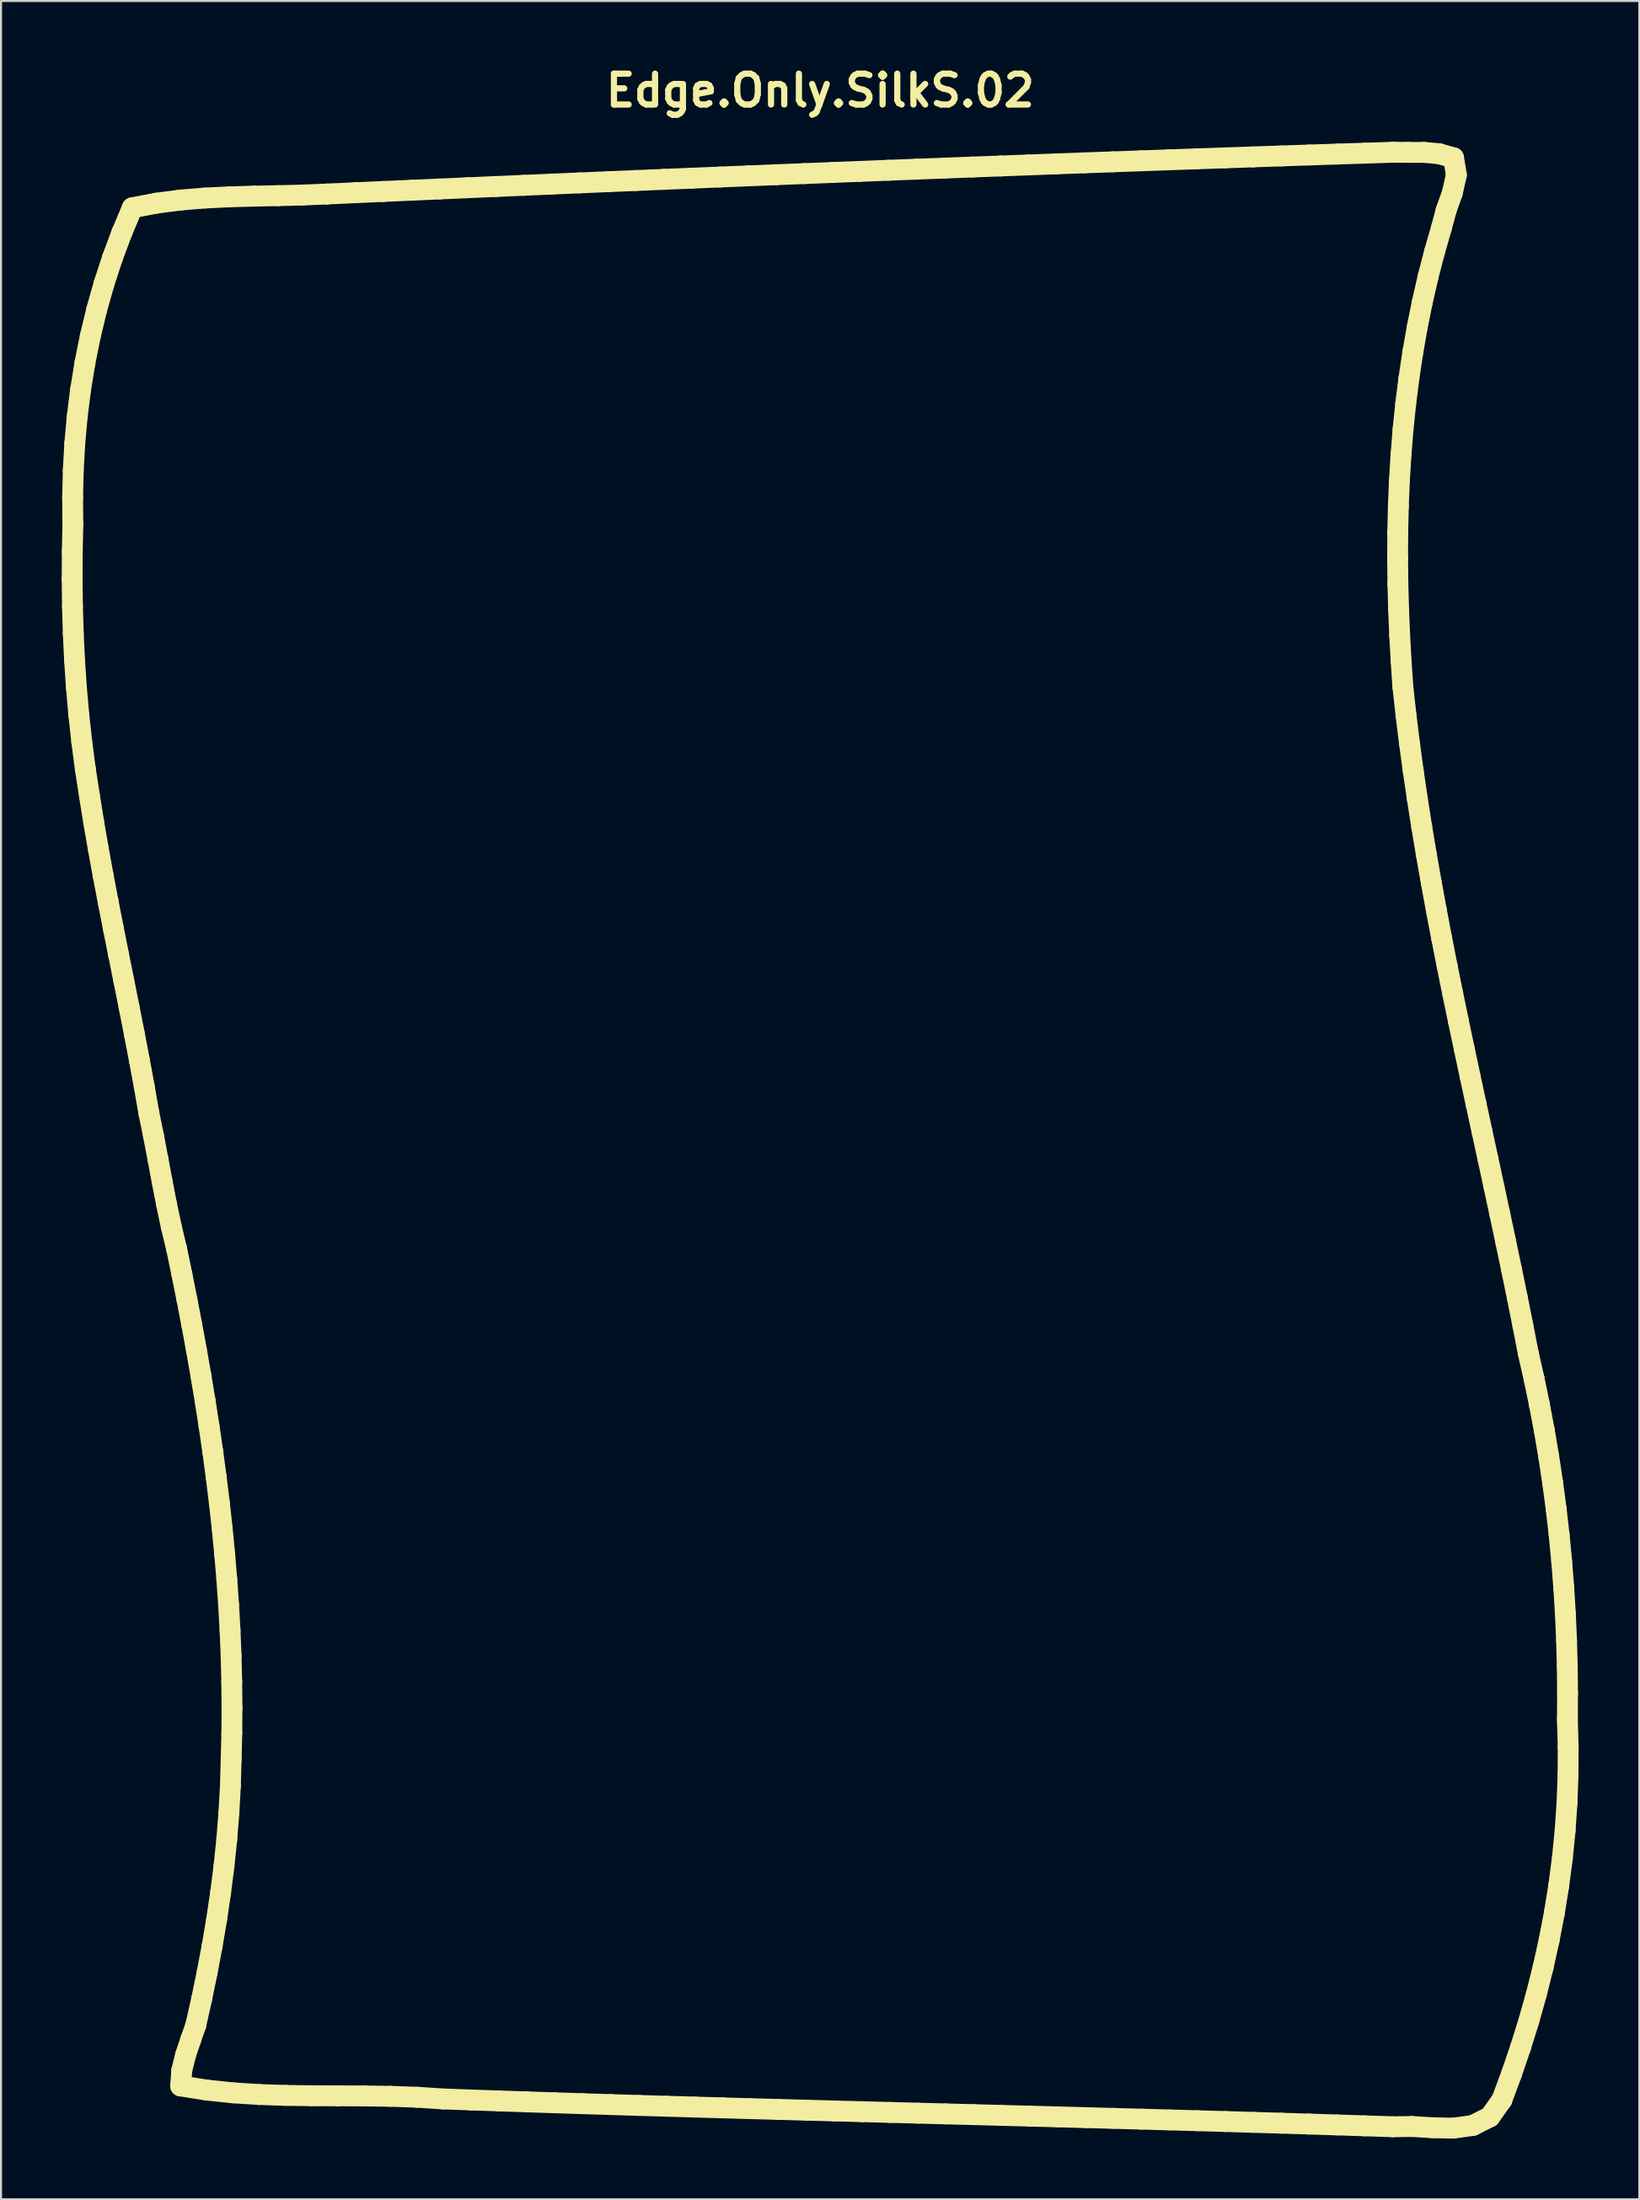
<source format=kicad_pcb>
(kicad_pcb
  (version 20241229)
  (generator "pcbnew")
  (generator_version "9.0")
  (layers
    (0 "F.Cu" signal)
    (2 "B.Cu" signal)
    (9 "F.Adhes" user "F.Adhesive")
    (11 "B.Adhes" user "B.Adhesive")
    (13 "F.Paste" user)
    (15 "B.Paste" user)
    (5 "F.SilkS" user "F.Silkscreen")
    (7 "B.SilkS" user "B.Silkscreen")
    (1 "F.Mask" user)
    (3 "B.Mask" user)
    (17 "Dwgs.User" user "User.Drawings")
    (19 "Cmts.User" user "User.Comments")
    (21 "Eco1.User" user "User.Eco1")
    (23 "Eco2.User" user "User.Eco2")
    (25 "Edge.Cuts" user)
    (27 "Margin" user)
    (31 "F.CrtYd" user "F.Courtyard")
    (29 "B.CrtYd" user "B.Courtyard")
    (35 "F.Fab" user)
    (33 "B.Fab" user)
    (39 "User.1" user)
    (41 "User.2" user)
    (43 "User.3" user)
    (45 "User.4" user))
  (footprint "Edge.Only.SilkS.02"
    (layer "F.Cu")
    (at 37.498 53.313)
    (property "Reference" "Edge.Only.SilkS.02" (at 0 -51.887 0) (layer "F.SilkS") (effects (font (size 1.524 1.524) (thickness 0.305))))
    (attr smd)
    (fp_line (start -36.982 -27.745) (end -36.966 -26.4) (stroke (width 1.031) (type solid)) (layer "F.SilkS"))
    (fp_line (start -36.975 -29.088) (end -36.982 -27.745) (stroke (width 1.031) (type solid)) (layer "F.SilkS"))
    (fp_line (start -36.966 -26.4) (end -36.926 -25.057) (stroke (width 1.031) (type solid)) (layer "F.SilkS"))
    (fp_line (start -36.958 -31.772) (end -36.947 -30.433) (stroke (width 1.031) (type solid)) (layer "F.SilkS"))
    (fp_line (start -36.947 -30.433) (end -36.975 -29.088) (stroke (width 1.031) (type solid)) (layer "F.SilkS"))
    (fp_line (start -36.926 -33.11) (end -36.958 -31.772) (stroke (width 1.031) (type solid)) (layer "F.SilkS"))
    (fp_line (start -36.926 -25.057) (end -36.861 -23.714) (stroke (width 1.031) (type solid)) (layer "F.SilkS"))
    (fp_line (start -36.861 -23.714) (end -36.77 -22.373) (stroke (width 1.031) (type solid)) (layer "F.SilkS"))
    (fp_line (start -36.851 -34.447) (end -36.926 -33.11) (stroke (width 1.031) (type solid)) (layer "F.SilkS"))
    (fp_line (start -36.77 -22.373) (end -36.652 -21.034) (stroke (width 1.031) (type solid)) (layer "F.SilkS"))
    (fp_line (start -36.73 -35.78) (end -36.851 -34.447) (stroke (width 1.031) (type solid)) (layer "F.SilkS"))
    (fp_line (start -36.652 -21.034) (end -36.506 -19.697) (stroke (width 1.031) (type solid)) (layer "F.SilkS"))
    (fp_line (start -36.563 -37.108) (end -36.73 -35.78) (stroke (width 1.031) (type solid)) (layer "F.SilkS"))
    (fp_line (start -36.506 -19.697) (end -36.331 -18.366) (stroke (width 1.031) (type solid)) (layer "F.SilkS"))
    (fp_line (start -36.348 -38.429) (end -36.563 -37.108) (stroke (width 1.031) (type solid)) (layer "F.SilkS"))
    (fp_line (start -36.331 -18.366) (end -36.126 -17.036) (stroke (width 1.031) (type solid)) (layer "F.SilkS"))
    (fp_line (start -36.126 -17.036) (end -35.915 -15.72) (stroke (width 1.031) (type solid)) (layer "F.SilkS"))
    (fp_line (start -36.085 -39.742) (end -36.348 -38.429) (stroke (width 1.031) (type solid)) (layer "F.SilkS"))
    (fp_line (start -35.915 -15.72) (end -35.689 -14.41) (stroke (width 1.031) (type solid)) (layer "F.SilkS"))
    (fp_line (start -35.772 -41.043) (end -36.085 -39.742) (stroke (width 1.031) (type solid)) (layer "F.SilkS"))
    (fp_line (start -35.689 -14.41) (end -35.451 -13.1) (stroke (width 1.031) (type solid)) (layer "F.SilkS"))
    (fp_line (start -35.451 -13.1) (end -35.202 -11.794) (stroke (width 1.031) (type solid)) (layer "F.SilkS"))
    (fp_line (start -35.409 -42.331) (end -35.772 -41.043) (stroke (width 1.031) (type solid)) (layer "F.SilkS"))
    (fp_line (start -35.202 -11.794) (end -34.947 -10.487) (stroke (width 1.031) (type solid)) (layer "F.SilkS"))
    (fp_line (start -34.994 -43.604) (end -35.409 -42.331) (stroke (width 1.031) (type solid)) (layer "F.SilkS"))
    (fp_line (start -34.947 -10.487) (end -34.687 -9.182) (stroke (width 1.031) (type solid)) (layer "F.SilkS"))
    (fp_line (start -34.687 -9.182) (end -34.425 -7.878) (stroke (width 1.031) (type solid)) (layer "F.SilkS"))
    (fp_line (start -34.527 -44.857) (end -34.994 -43.604) (stroke (width 1.031) (type solid)) (layer "F.SilkS"))
    (fp_line (start -34.425 -7.878) (end -34.164 -6.572) (stroke (width 1.031) (type solid)) (layer "F.SilkS"))
    (fp_line (start -34.164 -6.572) (end -33.908 -5.267) (stroke (width 1.031) (type solid)) (layer "F.SilkS"))
    (fp_line (start -34.007 -46.093) (end -34.527 -44.857) (stroke (width 1.031) (type solid)) (layer "F.SilkS"))
    (fp_line (start -33.908 -5.267) (end -33.657 -3.96) (stroke (width 1.031) (type solid)) (layer "F.SilkS"))
    (fp_line (start -33.657 -3.96) (end -33.416 -2.652) (stroke (width 1.031) (type solid)) (layer "F.SilkS"))
    (fp_line (start -33.416 -2.652) (end -33.187 -1.34) (stroke (width 1.031) (type solid)) (layer "F.SilkS"))
    (fp_line (start -33.187 -1.34) (end -32.958 -0.219) (stroke (width 1.031) (type solid)) (layer "F.SilkS"))
    (fp_line (start -32.958 -0.219) (end -32.745 0.903) (stroke (width 1.031) (type solid)) (layer "F.SilkS"))
    (fp_line (start -32.819 -46.32) (end -34.007 -46.093) (stroke (width 1.031) (type solid)) (layer "F.SilkS"))
    (fp_line (start -32.745 0.903) (end -32.535 2.026) (stroke (width 1.031) (type solid)) (layer "F.SilkS"))
    (fp_line (start -32.535 2.026) (end -32.317 3.148) (stroke (width 1.031) (type solid)) (layer "F.SilkS"))
    (fp_line (start -32.317 3.148) (end -32.081 4.264) (stroke (width 1.031) (type solid)) (layer "F.SilkS"))
    (fp_line (start -32.081 4.264) (end -31.814 5.377) (stroke (width 1.031) (type solid)) (layer "F.SilkS"))
    (fp_line (start -31.814 5.377) (end -31.556 6.621) (stroke (width 1.031) (type solid)) (layer "F.SilkS"))
    (fp_line (start -31.62 -46.476) (end -32.819 -46.32) (stroke (width 1.031) (type solid)) (layer "F.SilkS"))
    (fp_line (start -31.617 46.741) (end -30.331 46.944) (stroke (width 1.031) (type solid)) (layer "F.SilkS"))
    (fp_line (start -31.563 45.979) (end -31.617 46.741) (stroke (width 1.031) (type solid)) (layer "F.SilkS"))
    (fp_line (start -31.556 6.621) (end -31.307 7.867) (stroke (width 1.031) (type solid)) (layer "F.SilkS"))
    (fp_line (start -31.371 45.202) (end -31.563 45.979) (stroke (width 1.031) (type solid)) (layer "F.SilkS"))
    (fp_line (start -31.307 7.867) (end -31.067 9.114) (stroke (width 1.031) (type solid)) (layer "F.SilkS"))
    (fp_line (start -31.119 44.452) (end -31.371 45.202) (stroke (width 1.031) (type solid)) (layer "F.SilkS"))
    (fp_line (start -31.067 9.114) (end -30.837 10.364) (stroke (width 1.031) (type solid)) (layer "F.SilkS"))
    (fp_line (start -30.864 43.721) (end -31.119 44.452) (stroke (width 1.031) (type solid)) (layer "F.SilkS"))
    (fp_line (start -30.837 10.364) (end -30.618 11.615) (stroke (width 1.031) (type solid)) (layer "F.SilkS"))
    (fp_line (start -30.618 11.615) (end -30.409 12.868) (stroke (width 1.031) (type solid)) (layer "F.SilkS"))
    (fp_line (start -30.575 42.426) (end -30.864 43.721) (stroke (width 1.031) (type solid)) (layer "F.SilkS"))
    (fp_line (start -30.416 -46.575) (end -31.62 -46.476) (stroke (width 1.031) (type solid)) (layer "F.SilkS"))
    (fp_line (start -30.409 12.868) (end -30.214 14.124) (stroke (width 1.031) (type solid)) (layer "F.SilkS"))
    (fp_line (start -30.331 46.944) (end -29.038 47.081) (stroke (width 1.031) (type solid)) (layer "F.SilkS"))
    (fp_line (start -30.306 41.124) (end -30.575 42.426) (stroke (width 1.031) (type solid)) (layer "F.SilkS"))
    (fp_line (start -30.214 14.124) (end -30.03 15.381) (stroke (width 1.031) (type solid)) (layer "F.SilkS"))
    (fp_line (start -30.06 39.819) (end -30.306 41.124) (stroke (width 1.031) (type solid)) (layer "F.SilkS"))
    (fp_line (start -30.03 15.381) (end -29.861 16.64) (stroke (width 1.031) (type solid)) (layer "F.SilkS"))
    (fp_line (start -29.861 16.64) (end -29.706 17.901) (stroke (width 1.031) (type solid)) (layer "F.SilkS"))
    (fp_line (start -29.838 38.509) (end -30.06 39.819) (stroke (width 1.031) (type solid)) (layer "F.SilkS"))
    (fp_line (start -29.706 17.901) (end -29.566 19.164) (stroke (width 1.031) (type solid)) (layer "F.SilkS"))
    (fp_line (start -29.643 37.196) (end -29.838 38.509) (stroke (width 1.031) (type solid)) (layer "F.SilkS"))
    (fp_line (start -29.566 19.164) (end -29.443 20.428) (stroke (width 1.031) (type solid)) (layer "F.SilkS"))
    (fp_line (start -29.475 35.878) (end -29.643 37.196) (stroke (width 1.031) (type solid)) (layer "F.SilkS"))
    (fp_line (start -29.443 20.428) (end -29.336 21.694) (stroke (width 1.031) (type solid)) (layer "F.SilkS"))
    (fp_line (start -29.337 34.557) (end -29.475 35.878) (stroke (width 1.031) (type solid)) (layer "F.SilkS"))
    (fp_line (start -29.336 21.694) (end -29.246 22.961) (stroke (width 1.031) (type solid)) (layer "F.SilkS"))
    (fp_line (start -29.246 22.961) (end -29.175 24.229) (stroke (width 1.031) (type solid)) (layer "F.SilkS"))
    (fp_line (start -29.231 33.233) (end -29.337 34.557) (stroke (width 1.031) (type solid)) (layer "F.SilkS"))
    (fp_line (start -29.205 -46.634) (end -30.416 -46.575) (stroke (width 1.031) (type solid)) (layer "F.SilkS"))
    (fp_line (start -29.175 24.229) (end -29.123 25.499) (stroke (width 1.031) (type solid)) (layer "F.SilkS"))
    (fp_line (start -29.158 31.907) (end -29.231 33.233) (stroke (width 1.031) (type solid)) (layer "F.SilkS"))
    (fp_line (start -29.123 25.499) (end -29.091 26.768) (stroke (width 1.031) (type solid)) (layer "F.SilkS"))
    (fp_line (start -29.12 30.579) (end -29.158 31.907) (stroke (width 1.031) (type solid)) (layer "F.SilkS"))
    (fp_line (start -29.091 26.768) (end -29.079 28.039) (stroke (width 1.031) (type solid)) (layer "F.SilkS"))
    (fp_line (start -29.088 29.308) (end -29.12 30.579) (stroke (width 1.031) (type solid)) (layer "F.SilkS"))
    (fp_line (start -29.079 28.039) (end -29.088 29.308) (stroke (width 1.031) (type solid)) (layer "F.SilkS"))
    (fp_line (start -29.038 47.081) (end -27.741 47.164) (stroke (width 1.031) (type solid)) (layer "F.SilkS"))
    (fp_line (start -27.996 -46.668) (end -29.205 -46.634) (stroke (width 1.031) (type solid)) (layer "F.SilkS"))
    (fp_line (start -27.741 47.164) (end -26.439 47.208) (stroke (width 1.031) (type solid)) (layer "F.SilkS"))
    (fp_line (start -26.786 -46.692) (end -27.996 -46.668) (stroke (width 1.031) (type solid)) (layer "F.SilkS"))
    (fp_line (start -26.439 47.208) (end -25.139 47.225) (stroke (width 1.031) (type solid)) (layer "F.SilkS"))
    (fp_line (start -25.575 -46.723) (end -26.786 -46.692) (stroke (width 1.031) (type solid)) (layer "F.SilkS"))
    (fp_line (start -25.139 47.225) (end -23.836 47.23) (stroke (width 1.031) (type solid)) (layer "F.SilkS"))
    (fp_line (start -24.367 -46.774) (end -25.575 -46.723) (stroke (width 1.031) (type solid)) (layer "F.SilkS"))
    (fp_line (start -23.836 47.23) (end -22.535 47.235) (stroke (width 1.031) (type solid)) (layer "F.SilkS"))
    (fp_line (start -22.981 -46.837) (end -24.367 -46.774) (stroke (width 1.031) (type solid)) (layer "F.SilkS"))
    (fp_line (start -22.535 47.235) (end -21.234 47.253) (stroke (width 1.031) (type solid)) (layer "F.SilkS"))
    (fp_line (start -21.594 -46.899) (end -22.981 -46.837) (stroke (width 1.031) (type solid)) (layer "F.SilkS"))
    (fp_line (start -21.234 47.253) (end -19.933 47.299) (stroke (width 1.031) (type solid)) (layer "F.SilkS"))
    (fp_line (start -20.207 -46.96) (end -21.594 -46.899) (stroke (width 1.031) (type solid)) (layer "F.SilkS"))
    (fp_line (start -19.933 47.299) (end -18.635 47.384) (stroke (width 1.031) (type solid)) (layer "F.SilkS"))
    (fp_line (start -18.821 -47.022) (end -20.207 -46.96) (stroke (width 1.031) (type solid)) (layer "F.SilkS"))
    (fp_line (start -18.635 47.384) (end -17.255 47.434) (stroke (width 1.031) (type solid)) (layer "F.SilkS"))
    (fp_line (start -17.434 -47.083) (end -18.821 -47.022) (stroke (width 1.031) (type solid)) (layer "F.SilkS"))
    (fp_line (start -17.255 47.434) (end -15.874 47.482) (stroke (width 1.031) (type solid)) (layer "F.SilkS"))
    (fp_line (start -16.047 -47.143) (end -17.434 -47.083) (stroke (width 1.031) (type solid)) (layer "F.SilkS"))
    (fp_line (start -15.874 47.482) (end -14.494 47.528) (stroke (width 1.031) (type solid)) (layer "F.SilkS"))
    (fp_line (start -14.661 -47.203) (end -16.047 -47.143) (stroke (width 1.031) (type solid)) (layer "F.SilkS"))
    (fp_line (start -14.494 47.528) (end -13.113 47.574) (stroke (width 1.031) (type solid)) (layer "F.SilkS"))
    (fp_line (start -13.274 -47.263) (end -14.661 -47.203) (stroke (width 1.031) (type solid)) (layer "F.SilkS"))
    (fp_line (start -13.113 47.574) (end -11.733 47.618) (stroke (width 1.031) (type solid)) (layer "F.SilkS"))
    (fp_line (start -11.887 -47.323) (end -13.274 -47.263) (stroke (width 1.031) (type solid)) (layer "F.SilkS"))
    (fp_line (start -11.733 47.618) (end -10.352 47.661) (stroke (width 1.031) (type solid)) (layer "F.SilkS"))
    (fp_line (start -10.501 -47.382) (end -11.887 -47.323) (stroke (width 1.031) (type solid)) (layer "F.SilkS"))
    (fp_line (start -10.352 47.661) (end -8.972 47.703) (stroke (width 1.031) (type solid)) (layer "F.SilkS"))
    (fp_line (start -9.114 -47.44) (end -10.501 -47.382) (stroke (width 1.031) (type solid)) (layer "F.SilkS"))
    (fp_line (start -8.972 47.703) (end -7.591 47.744) (stroke (width 1.031) (type solid)) (layer "F.SilkS"))
    (fp_line (start -7.727 -47.498) (end -9.114 -47.44) (stroke (width 1.031) (type solid)) (layer "F.SilkS"))
    (fp_line (start -7.591 47.744) (end -6.21 47.784) (stroke (width 1.031) (type solid)) (layer "F.SilkS"))
    (fp_line (start -6.34 -47.556) (end -7.727 -47.498) (stroke (width 1.031) (type solid)) (layer "F.SilkS"))
    (fp_line (start -6.21 47.784) (end -4.83 47.824) (stroke (width 1.031) (type solid)) (layer "F.SilkS"))
    (fp_line (start -4.953 -47.613) (end -6.34 -47.556) (stroke (width 1.031) (type solid)) (layer "F.SilkS"))
    (fp_line (start -4.83 47.824) (end -3.449 47.863) (stroke (width 1.031) (type solid)) (layer "F.SilkS"))
    (fp_line (start -3.566 -47.67) (end -4.953 -47.613) (stroke (width 1.031) (type solid)) (layer "F.SilkS"))
    (fp_line (start -3.449 47.863) (end -2.068 47.901) (stroke (width 1.031) (type solid)) (layer "F.SilkS"))
    (fp_line (start -2.179 -47.726) (end -3.566 -47.67) (stroke (width 1.031) (type solid)) (layer "F.SilkS"))
    (fp_line (start -2.068 47.901) (end -0.688 47.939) (stroke (width 1.031) (type solid)) (layer "F.SilkS"))
    (fp_line (start -0.792 -47.782) (end -2.179 -47.726) (stroke (width 1.031) (type solid)) (layer "F.SilkS"))
    (fp_line (start -0.688 47.939) (end 0.693 47.976) (stroke (width 1.031) (type solid)) (layer "F.SilkS"))
    (fp_line (start 0.594 -47.837) (end -0.792 -47.782) (stroke (width 1.031) (type solid)) (layer "F.SilkS"))
    (fp_line (start 0.693 47.976) (end 2.074 48.013) (stroke (width 1.031) (type solid)) (layer "F.SilkS"))
    (fp_line (start 1.981 -47.892) (end 0.594 -47.837) (stroke (width 1.031) (type solid)) (layer "F.SilkS"))
    (fp_line (start 2.074 48.013) (end 3.454 48.05) (stroke (width 1.031) (type solid)) (layer "F.SilkS"))
    (fp_line (start 3.368 -47.947) (end 1.981 -47.892) (stroke (width 1.031) (type solid)) (layer "F.SilkS"))
    (fp_line (start 3.454 48.05) (end 4.835 48.086) (stroke (width 1.031) (type solid)) (layer "F.SilkS"))
    (fp_line (start 4.755 -48.001) (end 3.368 -47.947) (stroke (width 1.031) (type solid)) (layer "F.SilkS"))
    (fp_line (start 4.835 48.086) (end 6.216 48.123) (stroke (width 1.031) (type solid)) (layer "F.SilkS"))
    (fp_line (start 6.142 -48.054) (end 4.755 -48.001) (stroke (width 1.031) (type solid)) (layer "F.SilkS"))
    (fp_line (start 6.216 48.123) (end 7.596 48.159) (stroke (width 1.031) (type solid)) (layer "F.SilkS"))
    (fp_line (start 7.529 -48.107) (end 6.142 -48.054) (stroke (width 1.031) (type solid)) (layer "F.SilkS"))
    (fp_line (start 7.596 48.159) (end 8.977 48.196) (stroke (width 1.031) (type solid)) (layer "F.SilkS"))
    (fp_line (start 8.916 -48.159) (end 7.529 -48.107) (stroke (width 1.031) (type solid)) (layer "F.SilkS"))
    (fp_line (start 8.977 48.196) (end 10.358 48.232) (stroke (width 1.031) (type solid)) (layer "F.SilkS"))
    (fp_line (start 10.303 -48.211) (end 8.916 -48.159) (stroke (width 1.031) (type solid)) (layer "F.SilkS"))
    (fp_line (start 10.358 48.232) (end 11.738 48.269) (stroke (width 1.031) (type solid)) (layer "F.SilkS"))
    (fp_line (start 11.69 -48.263) (end 10.303 -48.211) (stroke (width 1.031) (type solid)) (layer "F.SilkS"))
    (fp_line (start 11.738 48.269) (end 13.119 48.306) (stroke (width 1.031) (type solid)) (layer "F.SilkS"))
    (fp_line (start 13.078 -48.314) (end 11.69 -48.263) (stroke (width 1.031) (type solid)) (layer "F.SilkS"))
    (fp_line (start 13.119 48.306) (end 14.499 48.344) (stroke (width 1.031) (type solid)) (layer "F.SilkS"))
    (fp_line (start 14.465 -48.364) (end 13.078 -48.314) (stroke (width 1.031) (type solid)) (layer "F.SilkS"))
    (fp_line (start 14.499 48.344) (end 15.88 48.382) (stroke (width 1.031) (type solid)) (layer "F.SilkS"))
    (fp_line (start 15.852 -48.414) (end 14.465 -48.364) (stroke (width 1.031) (type solid)) (layer "F.SilkS"))
    (fp_line (start 15.88 48.382) (end 17.261 48.42) (stroke (width 1.031) (type solid)) (layer "F.SilkS"))
    (fp_line (start 17.239 -48.463) (end 15.852 -48.414) (stroke (width 1.031) (type solid)) (layer "F.SilkS"))
    (fp_line (start 17.261 48.42) (end 18.642 48.459) (stroke (width 1.031) (type solid)) (layer "F.SilkS"))
    (fp_line (start 18.626 -48.512) (end 17.239 -48.463) (stroke (width 1.031) (type solid)) (layer "F.SilkS"))
    (fp_line (start 18.642 48.459) (end 20.022 48.499) (stroke (width 1.031) (type solid)) (layer "F.SilkS"))
    (fp_line (start 20.014 -48.56) (end 18.626 -48.512) (stroke (width 1.031) (type solid)) (layer "F.SilkS"))
    (fp_line (start 20.022 48.499) (end 21.403 48.54) (stroke (width 1.031) (type solid)) (layer "F.SilkS"))
    (fp_line (start 21.401 -48.608) (end 20.014 -48.56) (stroke (width 1.031) (type solid)) (layer "F.SilkS"))
    (fp_line (start 21.403 48.54) (end 22.783 48.581) (stroke (width 1.031) (type solid)) (layer "F.SilkS"))
    (fp_line (start 22.783 48.581) (end 24.163 48.624) (stroke (width 1.031) (type solid)) (layer "F.SilkS"))
    (fp_line (start 22.788 -48.655) (end 21.401 -48.608) (stroke (width 1.031) (type solid)) (layer "F.SilkS"))
    (fp_line (start 24.163 48.624) (end 25.544 48.668) (stroke (width 1.031) (type solid)) (layer "F.SilkS"))
    (fp_line (start 24.176 -48.702) (end 22.788 -48.655) (stroke (width 1.031) (type solid)) (layer "F.SilkS"))
    (fp_line (start 25.544 48.668) (end 26.924 48.712) (stroke (width 1.031) (type solid)) (layer "F.SilkS"))
    (fp_line (start 25.563 -48.748) (end 24.176 -48.702) (stroke (width 1.031) (type solid)) (layer "F.SilkS"))
    (fp_line (start 26.924 48.712) (end 28.305 48.758) (stroke (width 1.031) (type solid)) (layer "F.SilkS"))
    (fp_line (start 26.95 -48.793) (end 25.563 -48.748) (stroke (width 1.031) (type solid)) (layer "F.SilkS"))
    (fp_line (start 28.305 48.758) (end 29.253 48.745) (stroke (width 1.031) (type solid)) (layer "F.SilkS"))
    (fp_line (start 28.337 -48.838) (end 28.337 -48.838) (stroke (width 1.031) (type solid)) (layer "F.SilkS"))
    (fp_line (start 28.337 -48.838) (end 26.95 -48.793) (stroke (width 1.031) (type solid)) (layer "F.SilkS"))
    (fp_line (start 28.546 -28.779) (end 28.553 -30.052) (stroke (width 1.031) (type solid)) (layer "F.SilkS"))
    (fp_line (start 28.553 -30.052) (end 28.582 -31.326) (stroke (width 1.031) (type solid)) (layer "F.SilkS"))
    (fp_line (start 28.56 -27.505) (end 28.546 -28.779) (stroke (width 1.031) (type solid)) (layer "F.SilkS"))
    (fp_line (start 28.582 -31.326) (end 28.634 -32.598) (stroke (width 1.031) (type solid)) (layer "F.SilkS"))
    (fp_line (start 28.595 -26.232) (end 28.56 -27.505) (stroke (width 1.031) (type solid)) (layer "F.SilkS"))
    (fp_line (start 28.634 -32.598) (end 28.712 -33.869) (stroke (width 1.031) (type solid)) (layer "F.SilkS"))
    (fp_line (start 28.648 -24.96) (end 28.595 -26.232) (stroke (width 1.031) (type solid)) (layer "F.SilkS"))
    (fp_line (start 28.712 -33.869) (end 28.815 -35.138) (stroke (width 1.031) (type solid)) (layer "F.SilkS"))
    (fp_line (start 28.719 -23.688) (end 28.648 -24.96) (stroke (width 1.031) (type solid)) (layer "F.SilkS"))
    (fp_line (start 28.806 -22.418) (end 28.719 -23.688) (stroke (width 1.031) (type solid)) (layer "F.SilkS"))
    (fp_line (start 28.815 -35.138) (end 28.946 -36.405) (stroke (width 1.031) (type solid)) (layer "F.SilkS"))
    (fp_line (start 28.946 -36.405) (end 29.105 -37.669) (stroke (width 1.031) (type solid)) (layer "F.SilkS"))
    (fp_line (start 28.959 -21.029) (end 28.806 -22.418) (stroke (width 1.031) (type solid)) (layer "F.SilkS"))
    (fp_line (start 29.084 -48.832) (end 28.337 -48.838) (stroke (width 1.031) (type solid)) (layer "F.SilkS"))
    (fp_line (start 29.105 -37.669) (end 29.294 -38.928) (stroke (width 1.031) (type solid)) (layer "F.SilkS"))
    (fp_line (start 29.13 -19.643) (end 28.959 -21.029) (stroke (width 1.031) (type solid)) (layer "F.SilkS"))
    (fp_line (start 29.253 48.745) (end 30.291 48.807) (stroke (width 1.031) (type solid)) (layer "F.SilkS"))
    (fp_line (start 29.294 -38.928) (end 29.514 -40.183) (stroke (width 1.031) (type solid)) (layer "F.SilkS"))
    (fp_line (start 29.318 -18.259) (end 29.13 -19.643) (stroke (width 1.031) (type solid)) (layer "F.SilkS"))
    (fp_line (start 29.514 -40.183) (end 29.765 -41.43) (stroke (width 1.031) (type solid)) (layer "F.SilkS"))
    (fp_line (start 29.521 -16.877) (end 29.318 -18.259) (stroke (width 1.031) (type solid)) (layer "F.SilkS"))
    (fp_line (start 29.737 -15.497) (end 29.521 -16.877) (stroke (width 1.031) (type solid)) (layer "F.SilkS"))
    (fp_line (start 29.765 -41.43) (end 30.05 -42.672) (stroke (width 1.031) (type solid)) (layer "F.SilkS"))
    (fp_line (start 29.841 -48.832) (end 29.084 -48.832) (stroke (width 1.031) (type solid)) (layer "F.SilkS"))
    (fp_line (start 29.967 -14.12) (end 29.737 -15.497) (stroke (width 1.031) (type solid)) (layer "F.SilkS"))
    (fp_line (start 30.05 -42.672) (end 30.368 -43.904) (stroke (width 1.031) (type solid)) (layer "F.SilkS"))
    (fp_line (start 30.209 -12.744) (end 29.967 -14.12) (stroke (width 1.031) (type solid)) (layer "F.SilkS"))
    (fp_line (start 30.291 48.807) (end 31.314 48.826) (stroke (width 1.031) (type solid)) (layer "F.SilkS"))
    (fp_line (start 30.368 -43.904) (end 30.721 -45.129) (stroke (width 1.031) (type solid)) (layer "F.SilkS"))
    (fp_line (start 30.461 -11.37) (end 30.209 -12.744) (stroke (width 1.031) (type solid)) (layer "F.SilkS"))
    (fp_line (start 30.592 -48.765) (end 29.841 -48.832) (stroke (width 1.031) (type solid)) (layer "F.SilkS"))
    (fp_line (start 30.721 -45.129) (end 30.942 -45.96) (stroke (width 1.031) (type solid)) (layer "F.SilkS"))
    (fp_line (start 30.722 -9.998) (end 30.461 -11.37) (stroke (width 1.031) (type solid)) (layer "F.SilkS"))
    (fp_line (start 30.942 -45.96) (end 31.25 -46.827) (stroke (width 1.031) (type solid)) (layer "F.SilkS"))
    (fp_line (start 30.992 -8.627) (end 30.722 -9.998) (stroke (width 1.031) (type solid)) (layer "F.SilkS"))
    (fp_line (start 31.25 -46.827) (end 31.451 -47.72) (stroke (width 1.031) (type solid)) (layer "F.SilkS"))
    (fp_line (start 31.269 -7.258) (end 30.992 -8.627) (stroke (width 1.031) (type solid)) (layer "F.SilkS"))
    (fp_line (start 31.311 -48.562) (end 30.592 -48.765) (stroke (width 1.031) (type solid)) (layer "F.SilkS"))
    (fp_line (start 31.314 48.826) (end 32.267 48.692) (stroke (width 1.031) (type solid)) (layer "F.SilkS"))
    (fp_line (start 31.451 -47.72) (end 31.311 -48.562) (stroke (width 1.031) (type solid)) (layer "F.SilkS"))
    (fp_line (start 31.552 -5.89) (end 31.269 -7.258) (stroke (width 1.031) (type solid)) (layer "F.SilkS"))
    (fp_line (start 31.84 -4.523) (end 31.552 -5.89) (stroke (width 1.031) (type solid)) (layer "F.SilkS"))
    (fp_line (start 32.131 -3.157) (end 31.84 -4.523) (stroke (width 1.031) (type solid)) (layer "F.SilkS"))
    (fp_line (start 32.267 48.692) (end 33.108 48.268) (stroke (width 1.031) (type solid)) (layer "F.SilkS"))
    (fp_line (start 32.425 -1.792) (end 32.131 -3.157) (stroke (width 1.031) (type solid)) (layer "F.SilkS"))
    (fp_line (start 32.721 -0.426) (end 32.425 -1.792) (stroke (width 1.031) (type solid)) (layer "F.SilkS"))
    (fp_line (start 33.017 0.939) (end 32.721 -0.426) (stroke (width 1.031) (type solid)) (layer "F.SilkS"))
    (fp_line (start 33.108 48.268) (end 33.702 47.428) (stroke (width 1.031) (type solid)) (layer "F.SilkS"))
    (fp_line (start 33.312 2.304) (end 33.017 0.939) (stroke (width 1.031) (type solid)) (layer "F.SilkS"))
    (fp_line (start 33.605 3.67) (end 33.312 2.304) (stroke (width 1.031) (type solid)) (layer "F.SilkS"))
    (fp_line (start 33.702 47.428) (end 34.179 46.141) (stroke (width 1.031) (type solid)) (layer "F.SilkS"))
    (fp_line (start 33.895 5.036) (end 33.605 3.67) (stroke (width 1.031) (type solid)) (layer "F.SilkS"))
    (fp_line (start 34.179 46.141) (end 34.622 44.843) (stroke (width 1.031) (type solid)) (layer "F.SilkS"))
    (fp_line (start 34.182 6.404) (end 33.895 5.036) (stroke (width 1.031) (type solid)) (layer "F.SilkS"))
    (fp_line (start 34.462 7.772) (end 34.182 6.404) (stroke (width 1.031) (type solid)) (layer "F.SilkS"))
    (fp_line (start 34.622 44.843) (end 35.031 43.532) (stroke (width 1.031) (type solid)) (layer "F.SilkS"))
    (fp_line (start 34.736 9.142) (end 34.462 7.772) (stroke (width 1.031) (type solid)) (layer "F.SilkS"))
    (fp_line (start 35.003 10.513) (end 34.736 9.142) (stroke (width 1.031) (type solid)) (layer "F.SilkS"))
    (fp_line (start 35.031 43.532) (end 35.403 42.212) (stroke (width 1.031) (type solid)) (layer "F.SilkS"))
    (fp_line (start 35.292 11.786) (end 35.003 10.513) (stroke (width 1.031) (type solid)) (layer "F.SilkS"))
    (fp_line (start 35.403 42.212) (end 35.738 40.881) (stroke (width 1.031) (type solid)) (layer "F.SilkS"))
    (fp_line (start 35.556 13.063) (end 35.292 11.786) (stroke (width 1.031) (type solid)) (layer "F.SilkS"))
    (fp_line (start 35.738 40.881) (end 36.035 39.541) (stroke (width 1.031) (type solid)) (layer "F.SilkS"))
    (fp_line (start 35.798 14.345) (end 35.556 13.063) (stroke (width 1.031) (type solid)) (layer "F.SilkS"))
    (fp_line (start 36.016 15.631) (end 35.798 14.345) (stroke (width 1.031) (type solid)) (layer "F.SilkS"))
    (fp_line (start 36.035 39.541) (end 36.294 38.193) (stroke (width 1.031) (type solid)) (layer "F.SilkS"))
    (fp_line (start 36.211 16.921) (end 36.016 15.631) (stroke (width 1.031) (type solid)) (layer "F.SilkS"))
    (fp_line (start 36.294 38.193) (end 36.512 36.838) (stroke (width 1.031) (type solid)) (layer "F.SilkS"))
    (fp_line (start 36.383 18.214) (end 36.211 16.921) (stroke (width 1.031) (type solid)) (layer "F.SilkS"))
    (fp_line (start 36.512 36.838) (end 36.691 35.478) (stroke (width 1.031) (type solid)) (layer "F.SilkS"))
    (fp_line (start 36.532 19.511) (end 36.383 18.214) (stroke (width 1.031) (type solid)) (layer "F.SilkS"))
    (fp_line (start 36.657 20.809) (end 36.532 19.511) (stroke (width 1.031) (type solid)) (layer "F.SilkS"))
    (fp_line (start 36.691 35.478) (end 36.827 34.113) (stroke (width 1.031) (type solid)) (layer "F.SilkS"))
    (fp_line (start 36.76 22.109) (end 36.657 20.809) (stroke (width 1.031) (type solid)) (layer "F.SilkS"))
    (fp_line (start 36.827 34.113) (end 36.921 32.744) (stroke (width 1.031) (type solid)) (layer "F.SilkS"))
    (fp_line (start 36.84 23.412) (end 36.76 22.109) (stroke (width 1.031) (type solid)) (layer "F.SilkS"))
    (fp_line (start 36.898 24.714) (end 36.84 23.412) (stroke (width 1.031) (type solid)) (layer "F.SilkS"))
    (fp_line (start 36.921 32.744) (end 36.972 31.372) (stroke (width 1.031) (type solid)) (layer "F.SilkS"))
    (fp_line (start 36.934 26.019) (end 36.898 24.714) (stroke (width 1.031) (type solid)) (layer "F.SilkS"))
    (fp_line (start 36.94 28.628) (end 36.947 27.323) (stroke (width 1.031) (type solid)) (layer "F.SilkS"))
    (fp_line (start 36.947 27.323) (end 36.934 26.019) (stroke (width 1.031) (type solid)) (layer "F.SilkS"))
    (fp_line (start 36.972 31.372) (end 36.978 30.001) (stroke (width 1.031) (type solid)) (layer "F.SilkS"))
    (fp_line (start 36.978 30.001) (end 36.94 28.628) (stroke (width 1.031) (type solid)) (layer "F.SilkS")))
  (gr_rect
    (start -3 -3)
    (end 77.992 105.655)
    (stroke (width 0.1) (type default))
    (fill no)
    (layer "Edge.Cuts")))
</source>
